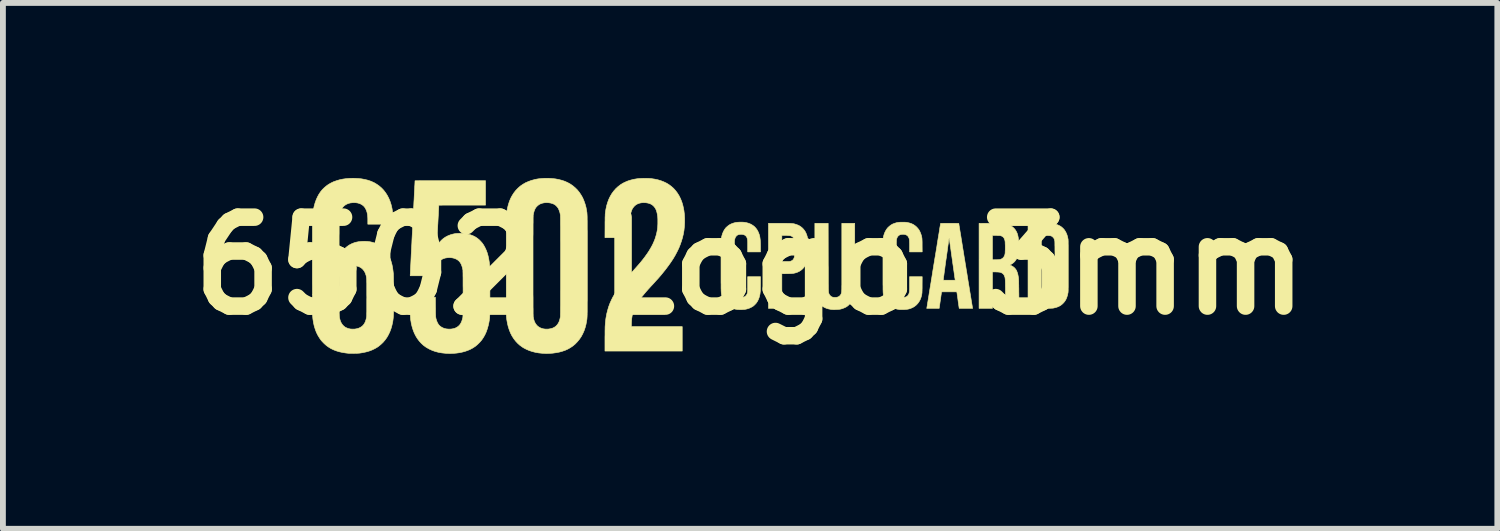
<source format=kicad_pcb>
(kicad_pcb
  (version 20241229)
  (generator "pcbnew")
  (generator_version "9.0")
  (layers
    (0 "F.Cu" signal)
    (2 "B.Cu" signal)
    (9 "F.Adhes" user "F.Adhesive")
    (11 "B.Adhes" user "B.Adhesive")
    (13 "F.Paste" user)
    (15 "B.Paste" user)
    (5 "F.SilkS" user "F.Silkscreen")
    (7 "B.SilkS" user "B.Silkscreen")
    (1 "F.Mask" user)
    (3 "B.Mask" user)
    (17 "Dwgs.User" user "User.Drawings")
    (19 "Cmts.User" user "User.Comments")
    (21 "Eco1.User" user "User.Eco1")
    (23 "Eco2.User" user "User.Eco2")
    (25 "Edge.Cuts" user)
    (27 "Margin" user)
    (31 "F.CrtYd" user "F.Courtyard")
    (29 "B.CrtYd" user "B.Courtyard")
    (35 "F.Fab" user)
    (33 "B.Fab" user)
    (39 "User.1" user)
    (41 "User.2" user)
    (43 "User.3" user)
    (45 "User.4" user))
  (footprint "6502 Logo 3mm"
    (layer "F.Cu")
    (at 9.804 1.506)
    (property "Reference" "6502 Logo 3mm" (at 0 0 0) (layer "F.SilkS") (effects (font (size 1.524 1.524) (thickness 0.3))))
    (attr through_hole)
    (fp_poly (pts (xy 0.504 -0.729) (xy 0.543 -0.729) (xy 0.578 -0.729) (xy 0.608 -0.729) (xy 0.635 -0.728) (xy 0.658 -0.728) (xy 0.678 -0.728) (xy 0.695 -0.727) (xy 0.71 -0.726) (xy 0.723 -0.725) (xy 0.735 -0.723) (xy 0.746 -0.722) (xy 0.756 -0.72) (xy 0.766 -0.717) (xy 0.776 -0.714) (xy 0.786 -0.711) (xy 0.792 -0.709) (xy 0.827 -0.696) (xy 0.859 -0.678) (xy 0.888 -0.656) (xy 0.913 -0.631) (xy 0.936 -0.602) (xy 0.954 -0.57) (xy 0.966 -0.542) (xy 0.972 -0.526) (xy 0.976 -0.511) (xy 0.981 -0.495) (xy 0.984 -0.479) (xy 0.987 -0.462) (xy 0.989 -0.443) (xy 0.991 -0.422) (xy 0.992 -0.398) (xy 0.993 -0.372) (xy 0.993 -0.341) (xy 0.993 -0.305) (xy 0.993 -0.298) (xy 0.993 -0.264) (xy 0.993 -0.234) (xy 0.992 -0.208) (xy 0.991 -0.186) (xy 0.99 -0.166) (xy 0.989 -0.149) (xy 0.987 -0.133) (xy 0.984 -0.118) (xy 0.981 -0.104) (xy 0.978 -0.09) (xy 0.976 -0.082) (xy 0.963 -0.045) (xy 0.946 -0.01) (xy 0.926 0.021) (xy 0.903 0.048) (xy 0.876 0.072) (xy 0.846 0.092) (xy 0.813 0.108) (xy 0.787 0.117) (xy 0.774 0.121) (xy 0.761 0.124) (xy 0.749 0.127) (xy 0.738 0.129) (xy 0.725 0.13) (xy 0.711 0.132) (xy 0.694 0.132) (xy 0.674 0.133) (xy 0.651 0.134) (xy 0.632 0.134) (xy 0.544 0.135) (xy 0.544 0.729) (xy 0.315 0.729) (xy 0.315 -0.521) (xy 0.544 -0.521) (xy 0.544 -0.074) (xy 0.609 -0.074) (xy 0.633 -0.074) (xy 0.652 -0.074) (xy 0.667 -0.075) (xy 0.678 -0.076) (xy 0.685 -0.077) (xy 0.687 -0.077) (xy 0.708 -0.085) (xy 0.725 -0.095) (xy 0.739 -0.108) (xy 0.749 -0.125) (xy 0.757 -0.146) (xy 0.761 -0.167) (xy 0.762 -0.177) (xy 0.763 -0.192) (xy 0.764 -0.21) (xy 0.764 -0.231) (xy 0.765 -0.255) (xy 0.765 -0.279) (xy 0.765 -0.304) (xy 0.765 -0.329) (xy 0.764 -0.353) (xy 0.764 -0.375) (xy 0.763 -0.395) (xy 0.762 -0.411) (xy 0.761 -0.424) (xy 0.761 -0.428) (xy 0.756 -0.451) (xy 0.749 -0.471) (xy 0.739 -0.486) (xy 0.726 -0.499) (xy 0.711 -0.508) (xy 0.703 -0.512) (xy 0.695 -0.515) (xy 0.687 -0.517) (xy 0.677 -0.518) (xy 0.665 -0.52) (xy 0.65 -0.52) (xy 0.632 -0.521) (xy 0.609 -0.521) (xy 0.544 -0.521) (xy 0.315 -0.521) (xy 0.315 -0.729) (xy 0.504 -0.729)) (stroke (width 0.01) (type solid)) (fill yes) (layer "F.SilkS"))
    (fp_poly (pts (xy 1.339 -0.147) (xy 1.339 -0.082) (xy 1.339 -0.021) (xy 1.34 0.034) (xy 1.34 0.085) (xy 1.34 0.132) (xy 1.34 0.174) (xy 1.34 0.213) (xy 1.34 0.248) (xy 1.34 0.28) (xy 1.34 0.308) (xy 1.341 0.333) (xy 1.341 0.356) (xy 1.341 0.375) (xy 1.341 0.392) (xy 1.342 0.407) (xy 1.342 0.42) (xy 1.343 0.431) (xy 1.343 0.44) (xy 1.344 0.448) (xy 1.345 0.454) (xy 1.346 0.46) (xy 1.347 0.464) (xy 1.348 0.468) (xy 1.349 0.471) (xy 1.35 0.474) (xy 1.352 0.477) (xy 1.353 0.48) (xy 1.355 0.484) (xy 1.355 0.486) (xy 1.362 0.497) (xy 1.372 0.509) (xy 1.383 0.52) (xy 1.394 0.528) (xy 1.396 0.529) (xy 1.413 0.536) (xy 1.434 0.54) (xy 1.456 0.541) (xy 1.478 0.54) (xy 1.499 0.535) (xy 1.515 0.529) (xy 1.527 0.522) (xy 1.539 0.511) (xy 1.55 0.498) (xy 1.558 0.485) (xy 1.559 0.481) (xy 1.561 0.478) (xy 1.562 0.474) (xy 1.563 0.471) (xy 1.564 0.468) (xy 1.565 0.464) (xy 1.566 0.46) (xy 1.567 0.455) (xy 1.568 0.449) (xy 1.569 0.442) (xy 1.569 0.434) (xy 1.57 0.424) (xy 1.57 0.413) (xy 1.571 0.399) (xy 1.571 0.384) (xy 1.571 0.366) (xy 1.571 0.346) (xy 1.572 0.322) (xy 1.572 0.296) (xy 1.572 0.267) (xy 1.572 0.235) (xy 1.572 0.199) (xy 1.572 0.159) (xy 1.572 0.116) (xy 1.572 0.068) (xy 1.572 0.016) (xy 1.572 -0.041) (xy 1.572 -0.102) (xy 1.572 -0.729) (xy 1.793 -0.729) (xy 1.793 -0.154) (xy 1.793 -0.079) (xy 1.793 -0.009) (xy 1.793 0.056) (xy 1.793 0.115) (xy 1.793 0.17) (xy 1.793 0.22) (xy 1.793 0.264) (xy 1.792 0.304) (xy 1.792 0.339) (xy 1.792 0.369) (xy 1.792 0.394) (xy 1.792 0.415) (xy 1.791 0.43) (xy 1.791 0.441) (xy 1.791 0.446) (xy 1.791 0.447) (xy 1.784 0.49) (xy 1.774 0.531) (xy 1.761 0.569) (xy 1.744 0.603) (xy 1.732 0.623) (xy 1.722 0.636) (xy 1.71 0.65) (xy 1.696 0.664) (xy 1.683 0.677) (xy 1.671 0.687) (xy 1.648 0.703) (xy 1.62 0.717) (xy 1.59 0.729) (xy 1.558 0.739) (xy 1.545 0.742) (xy 1.531 0.744) (xy 1.514 0.746) (xy 1.493 0.747) (xy 1.471 0.748) (xy 1.449 0.749) (xy 1.427 0.749) (xy 1.407 0.748) (xy 1.39 0.747) (xy 1.381 0.745) (xy 1.339 0.737) (xy 1.302 0.725) (xy 1.268 0.709) (xy 1.238 0.691) (xy 1.211 0.668) (xy 1.187 0.642) (xy 1.166 0.612) (xy 1.154 0.59) (xy 1.141 0.563) (xy 1.132 0.537) (xy 1.124 0.509) (xy 1.118 0.479) (xy 1.114 0.446) (xy 1.113 0.429) (xy 1.112 0.422) (xy 1.112 0.411) (xy 1.112 0.394) (xy 1.111 0.372) (xy 1.111 0.346) (xy 1.111 0.315) (xy 1.111 0.28) (xy 1.111 0.24) (xy 1.11 0.196) (xy 1.11 0.147) (xy 1.11 0.094) (xy 1.11 0.037) (xy 1.11 -0.023) (xy 1.11 -0.088) (xy 1.11 -0.157) (xy 1.11 -0.167) (xy 1.11 -0.729) (xy 1.338 -0.729) (xy 1.339 -0.147)) (stroke (width 0.01) (type solid)) (fill yes) (layer "F.SilkS"))
    (fp_poly (pts (xy 4.97 -0.728) (xy 5.009 -0.728) (xy 5.042 -0.728) (xy 5.072 -0.728) (xy 5.097 -0.728) (xy 5.119 -0.727) (xy 5.138 -0.727) (xy 5.154 -0.726) (xy 5.168 -0.726) (xy 5.18 -0.725) (xy 5.19 -0.724) (xy 5.199 -0.723) (xy 5.207 -0.722) (xy 5.214 -0.72) (xy 5.222 -0.718) (xy 5.23 -0.716) (xy 5.239 -0.714) (xy 5.244 -0.712) (xy 5.263 -0.706) (xy 5.283 -0.697) (xy 5.304 -0.687) (xy 5.322 -0.677) (xy 5.334 -0.668) (xy 5.36 -0.646) (xy 5.382 -0.622) (xy 5.401 -0.594) (xy 5.417 -0.564) (xy 5.431 -0.53) (xy 5.442 -0.491) (xy 5.447 -0.465) (xy 5.448 -0.462) (xy 5.449 -0.458) (xy 5.449 -0.454) (xy 5.45 -0.449) (xy 5.45 -0.443) (xy 5.45 -0.436) (xy 5.451 -0.428) (xy 5.451 -0.418) (xy 5.451 -0.406) (xy 5.451 -0.392) (xy 5.451 -0.375) (xy 5.452 -0.356) (xy 5.452 -0.334) (xy 5.452 -0.309) (xy 5.452 -0.28) (xy 5.452 -0.248) (xy 5.452 -0.212) (xy 5.452 -0.172) (xy 5.452 -0.128) (xy 5.452 -0.079) (xy 5.452 -0.026) (xy 5.452 0) (xy 5.452 0.056) (xy 5.452 0.106) (xy 5.452 0.153) (xy 5.452 0.194) (xy 5.452 0.232) (xy 5.452 0.266) (xy 5.452 0.296) (xy 5.452 0.323) (xy 5.452 0.346) (xy 5.452 0.367) (xy 5.451 0.384) (xy 5.451 0.4) (xy 5.451 0.413) (xy 5.451 0.424) (xy 5.45 0.433) (xy 5.45 0.44) (xy 5.45 0.447) (xy 5.449 0.452) (xy 5.449 0.456) (xy 5.448 0.46) (xy 5.448 0.463) (xy 5.447 0.465) (xy 5.439 0.503) (xy 5.428 0.538) (xy 5.416 0.568) (xy 5.401 0.595) (xy 5.383 0.62) (xy 5.367 0.638) (xy 5.344 0.66) (xy 5.319 0.679) (xy 5.291 0.694) (xy 5.26 0.707) (xy 5.225 0.717) (xy 5.199 0.723) (xy 5.195 0.724) (xy 5.19 0.724) (xy 5.184 0.725) (xy 5.176 0.726) (xy 5.167 0.726) (xy 5.156 0.726) (xy 5.142 0.727) (xy 5.126 0.727) (xy 5.106 0.727) (xy 5.083 0.728) (xy 5.056 0.728) (xy 5.025 0.728) (xy 4.989 0.728) (xy 4.97 0.728) (xy 4.763 0.729) (xy 4.763 0.521) (xy 4.991 0.521) (xy 5.065 0.52) (xy 5.088 0.52) (xy 5.106 0.519) (xy 5.12 0.519) (xy 5.131 0.518) (xy 5.14 0.518) (xy 5.146 0.517) (xy 5.151 0.515) (xy 5.153 0.515) (xy 5.172 0.506) (xy 5.189 0.494) (xy 5.202 0.478) (xy 5.212 0.458) (xy 5.219 0.434) (xy 5.221 0.426) (xy 5.222 0.421) (xy 5.222 0.411) (xy 5.223 0.396) (xy 5.223 0.378) (xy 5.223 0.356) (xy 5.224 0.33) (xy 5.224 0.302) (xy 5.224 0.271) (xy 5.225 0.237) (xy 5.225 0.201) (xy 5.225 0.164) (xy 5.225 0.125) (xy 5.225 0.085) (xy 5.225 0.045) (xy 5.225 0.004) (xy 5.225 -0.037) (xy 5.225 -0.078) (xy 5.225 -0.118) (xy 5.225 -0.157) (xy 5.225 -0.195) (xy 5.225 -0.231) (xy 5.224 -0.265) (xy 5.224 -0.297) (xy 5.224 -0.326) (xy 5.223 -0.352) (xy 5.223 -0.374) (xy 5.223 -0.394) (xy 5.222 -0.409) (xy 5.222 -0.419) (xy 5.221 -0.425) (xy 5.221 -0.426) (xy 5.216 -0.449) (xy 5.208 -0.469) (xy 5.197 -0.484) (xy 5.184 -0.497) (xy 5.178 -0.502) (xy 5.171 -0.507) (xy 5.165 -0.51) (xy 5.158 -0.513) (xy 5.15 -0.515) (xy 5.141 -0.517) (xy 5.13 -0.518) (xy 5.115 -0.519) (xy 5.098 -0.52) (xy 5.076 -0.52) (xy 5.065 -0.52) (xy 4.991 -0.521) (xy 4.991 0.521) (xy 4.763 0.521) (xy 4.763 -0.729) (xy 4.97 -0.728)) (stroke (width 0.01) (type solid)) (fill yes) (layer "F.SilkS"))
    (fp_poly (pts (xy 4.129 -0.728) (xy 4.167 -0.728) (xy 4.199 -0.728) (xy 4.227 -0.728) (xy 4.252 -0.728) (xy 4.272 -0.727) (xy 4.29 -0.727) (xy 4.304 -0.727) (xy 4.316 -0.726) (xy 4.326 -0.726) (xy 4.335 -0.726) (xy 4.342 -0.725) (xy 4.348 -0.724) (xy 4.353 -0.724) (xy 4.358 -0.723) (xy 4.362 -0.722) (xy 4.402 -0.712) (xy 4.438 -0.7) (xy 4.47 -0.685) (xy 4.499 -0.666) (xy 4.523 -0.644) (xy 4.544 -0.619) (xy 4.562 -0.59) (xy 4.577 -0.557) (xy 4.588 -0.521) (xy 4.596 -0.48) (xy 4.6 -0.449) (xy 4.601 -0.435) (xy 4.601 -0.418) (xy 4.602 -0.397) (xy 4.602 -0.374) (xy 4.602 -0.351) (xy 4.602 -0.327) (xy 4.602 -0.304) (xy 4.601 -0.283) (xy 4.6 -0.265) (xy 4.6 -0.257) (xy 4.595 -0.215) (xy 4.586 -0.176) (xy 4.575 -0.141) (xy 4.56 -0.11) (xy 4.541 -0.083) (xy 4.519 -0.059) (xy 4.494 -0.039) (xy 4.474 -0.027) (xy 4.464 -0.022) (xy 4.457 -0.018) (xy 4.453 -0.015) (xy 4.453 -0.014) (xy 4.455 -0.012) (xy 4.458 -0.011) (xy 4.463 -0.009) (xy 4.471 -0.006) (xy 4.481 -0.001) (xy 4.487 0.002) (xy 4.508 0.015) (xy 4.529 0.032) (xy 4.546 0.051) (xy 4.561 0.072) (xy 4.564 0.077) (xy 4.574 0.101) (xy 4.583 0.126) (xy 4.59 0.154) (xy 4.596 0.186) (xy 4.599 0.203) (xy 4.6 0.21) (xy 4.6 0.218) (xy 4.601 0.227) (xy 4.602 0.238) (xy 4.602 0.251) (xy 4.603 0.266) (xy 4.603 0.285) (xy 4.603 0.306) (xy 4.604 0.331) (xy 4.604 0.36) (xy 4.605 0.393) (xy 4.605 0.431) (xy 4.605 0.443) (xy 4.606 0.486) (xy 4.606 0.525) (xy 4.607 0.559) (xy 4.607 0.589) (xy 4.608 0.614) (xy 4.608 0.635) (xy 4.609 0.65) (xy 4.609 0.661) (xy 4.61 0.667) (xy 4.612 0.676) (xy 4.616 0.689) (xy 4.619 0.701) (xy 4.62 0.704) (xy 4.624 0.714) (xy 4.626 0.722) (xy 4.628 0.727) (xy 4.628 0.728) (xy 4.625 0.728) (xy 4.618 0.728) (xy 4.607 0.728) (xy 4.593 0.729) (xy 4.575 0.729) (xy 4.555 0.729) (xy 4.532 0.728) (xy 4.512 0.728) (xy 4.396 0.728) (xy 4.392 0.718) (xy 4.39 0.71) (xy 4.387 0.7) (xy 4.384 0.689) (xy 4.384 0.686) (xy 4.383 0.682) (xy 4.382 0.678) (xy 4.381 0.673) (xy 4.38 0.668) (xy 4.38 0.661) (xy 4.379 0.653) (xy 4.379 0.643) (xy 4.379 0.631) (xy 4.378 0.616) (xy 4.378 0.598) (xy 4.378 0.577) (xy 4.377 0.552) (xy 4.377 0.523) (xy 4.377 0.49) (xy 4.376 0.452) (xy 4.376 0.451) (xy 4.376 0.411) (xy 4.376 0.376) (xy 4.375 0.345) (xy 4.375 0.318) (xy 4.375 0.295) (xy 4.374 0.275) (xy 4.374 0.258) (xy 4.373 0.244) (xy 4.372 0.232) (xy 4.371 0.222) (xy 4.37 0.213) (xy 4.369 0.206) (xy 4.368 0.199) (xy 4.366 0.193) (xy 4.364 0.187) (xy 4.362 0.181) (xy 4.353 0.16) (xy 4.341 0.142) (xy 4.326 0.129) (xy 4.309 0.119) (xy 4.297 0.114) (xy 4.285 0.11) (xy 4.271 0.108) (xy 4.254 0.106) (xy 4.234 0.105) (xy 4.21 0.104) (xy 4.203 0.104) (xy 4.153 0.104) (xy 4.153 0.729) (xy 3.924 0.729) (xy 3.924 -0.521) (xy 4.153 -0.521) (xy 4.153 -0.104) (xy 4.212 -0.105) (xy 4.234 -0.105) (xy 4.252 -0.106) (xy 4.265 -0.107) (xy 4.276 -0.108) (xy 4.284 -0.11) (xy 4.286 -0.11) (xy 4.309 -0.119) (xy 4.328 -0.131) (xy 4.344 -0.147) (xy 4.356 -0.166) (xy 4.365 -0.19) (xy 4.368 -0.201) (xy 4.369 -0.21) (xy 4.371 -0.223) (xy 4.371 -0.239) (xy 4.372 -0.259) (xy 4.373 -0.28) (xy 4.373 -0.303) (xy 4.373 -0.326) (xy 4.373 -0.349) (xy 4.372 -0.37) (xy 4.371 -0.39) (xy 4.371 -0.407) (xy 4.369 -0.421) (xy 4.368 -0.43) (xy 4.368 -0.43) (xy 4.361 -0.455) (xy 4.351 -0.476) (xy 4.338 -0.493) (xy 4.322 -0.505) (xy 4.303 -0.514) (xy 4.288 -0.518) (xy 4.281 -0.519) (xy 4.271 -0.52) (xy 4.257 -0.52) (xy 4.241 -0.52) (xy 4.223 -0.521) (xy 4.214 -0.521) (xy 4.153 -0.521) (xy 3.924 -0.521) (xy 3.924 -0.729) (xy 4.129 -0.728)) (stroke (width 0.01) (type solid)) (fill yes) (layer "F.SilkS"))
    (fp_poly (pts (xy -1.765 -1.499) (xy -1.739 -1.499) (xy -1.715 -1.497) (xy -1.695 -1.496) (xy -1.692 -1.495) (xy -1.632 -1.486) (xy -1.577 -1.474) (xy -1.525 -1.458) (xy -1.477 -1.439) (xy -1.431 -1.417) (xy -1.389 -1.391) (xy -1.349 -1.361) (xy -1.312 -1.328) (xy -1.309 -1.325) (xy -1.275 -1.287) (xy -1.244 -1.245) (xy -1.216 -1.2) (xy -1.192 -1.151) (xy -1.171 -1.099) (xy -1.154 -1.044) (xy -1.141 -0.986) (xy -1.134 -0.949) (xy -1.126 -0.883) (xy -1.122 -0.816) (xy -1.122 -0.748) (xy -1.125 -0.682) (xy -1.132 -0.617) (xy -1.133 -0.607) (xy -1.144 -0.545) (xy -1.158 -0.485) (xy -1.176 -0.425) (xy -1.197 -0.365) (xy -1.221 -0.305) (xy -1.25 -0.245) (xy -1.282 -0.184) (xy -1.318 -0.123) (xy -1.359 -0.061) (xy -1.404 0.002) (xy -1.453 0.067) (xy -1.506 0.133) (xy -1.529 0.161) (xy -1.554 0.19) (xy -1.58 0.22) (xy -1.609 0.251) (xy -1.64 0.286) (xy -1.67 0.319) (xy -1.693 0.343) (xy -1.713 0.365) (xy -1.73 0.384) (xy -1.745 0.4) (xy -1.758 0.415) (xy -1.77 0.429) (xy -1.782 0.442) (xy -1.792 0.454) (xy -1.803 0.467) (xy -1.814 0.48) (xy -1.85 0.523) (xy -1.881 0.564) (xy -1.909 0.603) (xy -1.933 0.64) (xy -1.954 0.675) (xy -1.972 0.71) (xy -1.987 0.744) (xy -2 0.778) (xy -2.009 0.806) (xy -2.016 0.831) (xy -2.021 0.855) (xy -2.025 0.88) (xy -2.029 0.905) (xy -2.031 0.933) (xy -2.033 0.964) (xy -2.034 0.985) (xy -2.035 1.041) (xy -1.163 1.041) (xy -1.163 1.46) (xy -2.487 1.46) (xy -2.487 1.265) (xy -2.487 1.22) (xy -2.486 1.18) (xy -2.486 1.144) (xy -2.486 1.112) (xy -2.485 1.083) (xy -2.485 1.057) (xy -2.484 1.033) (xy -2.482 1.011) (xy -2.481 0.991) (xy -2.479 0.971) (xy -2.477 0.952) (xy -2.475 0.934) (xy -2.473 0.915) (xy -2.47 0.895) (xy -2.469 0.889) (xy -2.457 0.823) (xy -2.441 0.76) (xy -2.423 0.699) (xy -2.401 0.64) (xy -2.375 0.582) (xy -2.346 0.525) (xy -2.311 0.467) (xy -2.29 0.433) (xy -2.268 0.4) (xy -2.245 0.368) (xy -2.221 0.335) (xy -2.195 0.303) (xy -2.168 0.269) (xy -2.138 0.234) (xy -2.106 0.197) (xy -2.071 0.157) (xy -2.032 0.116) (xy -1.98 0.058) (xy -1.931 0.003) (xy -1.886 -0.049) (xy -1.845 -0.099) (xy -1.808 -0.147) (xy -1.774 -0.194) (xy -1.743 -0.239) (xy -1.716 -0.283) (xy -1.691 -0.326) (xy -1.669 -0.368) (xy -1.65 -0.41) (xy -1.633 -0.451) (xy -1.619 -0.493) (xy -1.607 -0.535) (xy -1.597 -0.577) (xy -1.589 -0.62) (xy -1.586 -0.645) (xy -1.584 -0.66) (xy -1.583 -0.679) (xy -1.582 -0.7) (xy -1.581 -0.723) (xy -1.581 -0.748) (xy -1.581 -0.772) (xy -1.581 -0.796) (xy -1.582 -0.817) (xy -1.583 -0.836) (xy -1.584 -0.85) (xy -1.585 -0.853) (xy -1.591 -0.892) (xy -1.599 -0.926) (xy -1.609 -0.956) (xy -1.621 -0.982) (xy -1.636 -1.004) (xy -1.653 -1.024) (xy -1.672 -1.041) (xy -1.683 -1.049) (xy -1.707 -1.062) (xy -1.735 -1.072) (xy -1.765 -1.079) (xy -1.797 -1.083) (xy -1.829 -1.084) (xy -1.862 -1.081) (xy -1.893 -1.075) (xy -1.899 -1.073) (xy -1.929 -1.062) (xy -1.956 -1.047) (xy -1.98 -1.027) (xy -2 -1.004) (xy -2.018 -0.978) (xy -2.031 -0.948) (xy -2.034 -0.939) (xy -2.038 -0.927) (xy -2.041 -0.916) (xy -2.044 -0.904) (xy -2.046 -0.892) (xy -2.048 -0.878) (xy -2.05 -0.863) (xy -2.051 -0.847) (xy -2.052 -0.827) (xy -2.053 -0.805) (xy -2.054 -0.78) (xy -2.054 -0.751) (xy -2.055 -0.719) (xy -2.055 -0.682) (xy -2.055 -0.648) (xy -2.055 -0.483) (xy -2.271 -0.483) (xy -2.487 -0.483) (xy -2.486 -0.676) (xy -2.486 -0.715) (xy -2.486 -0.749) (xy -2.485 -0.779) (xy -2.485 -0.805) (xy -2.485 -0.827) (xy -2.484 -0.847) (xy -2.483 -0.865) (xy -2.483 -0.88) (xy -2.482 -0.894) (xy -2.48 -0.907) (xy -2.479 -0.919) (xy -2.477 -0.932) (xy -2.475 -0.944) (xy -2.473 -0.957) (xy -2.471 -0.971) (xy -2.47 -0.975) (xy -2.457 -1.035) (xy -2.44 -1.091) (xy -2.42 -1.144) (xy -2.396 -1.193) (xy -2.368 -1.24) (xy -2.337 -1.282) (xy -2.302 -1.322) (xy -2.264 -1.357) (xy -2.223 -1.389) (xy -2.18 -1.416) (xy -2.139 -1.436) (xy -2.094 -1.455) (xy -2.046 -1.47) (xy -1.995 -1.483) (xy -1.941 -1.492) (xy -1.918 -1.495) (xy -1.898 -1.497) (xy -1.875 -1.498) (xy -1.849 -1.499) (xy -1.821 -1.5) (xy -1.793 -1.5) (xy -1.765 -1.499)) (stroke (width 0.01) (type solid)) (fill yes) (layer "F.SilkS"))
    (fp_poly (pts (xy -0.135 -0.749) (xy -0.117 -0.748) (xy -0.102 -0.747) (xy -0.061 -0.74) (xy -0.022 -0.729) (xy 0.013 -0.714) (xy 0.045 -0.695) (xy 0.074 -0.673) (xy 0.099 -0.646) (xy 0.121 -0.616) (xy 0.139 -0.582) (xy 0.154 -0.545) (xy 0.154 -0.544) (xy 0.16 -0.527) (xy 0.165 -0.508) (xy 0.168 -0.489) (xy 0.171 -0.468) (xy 0.174 -0.445) (xy 0.176 -0.418) (xy 0.177 -0.389) (xy 0.178 -0.355) (xy 0.178 -0.317) (xy 0.178 -0.316) (xy 0.178 -0.239) (xy -0.041 -0.239) (xy -0.041 -0.336) (xy -0.041 -0.364) (xy -0.041 -0.388) (xy -0.041 -0.41) (xy -0.042 -0.427) (xy -0.043 -0.44) (xy -0.043 -0.448) (xy -0.044 -0.449) (xy -0.05 -0.474) (xy -0.059 -0.495) (xy -0.072 -0.512) (xy -0.088 -0.525) (xy -0.108 -0.534) (xy -0.13 -0.539) (xy -0.154 -0.541) (xy -0.18 -0.539) (xy -0.202 -0.534) (xy -0.221 -0.525) (xy -0.236 -0.511) (xy -0.249 -0.495) (xy -0.258 -0.474) (xy -0.265 -0.449) (xy -0.267 -0.432) (xy -0.267 -0.426) (xy -0.268 -0.414) (xy -0.268 -0.398) (xy -0.268 -0.377) (xy -0.268 -0.351) (xy -0.269 -0.32) (xy -0.269 -0.284) (xy -0.269 -0.243) (xy -0.269 -0.197) (xy -0.269 -0.147) (xy -0.269 -0.092) (xy -0.269 -0.033) (xy -0.269 0.018) (xy -0.269 0.073) (xy -0.268 0.123) (xy -0.268 0.169) (xy -0.268 0.21) (xy -0.268 0.247) (xy -0.268 0.281) (xy -0.268 0.31) (xy -0.268 0.337) (xy -0.267 0.36) (xy -0.267 0.38) (xy -0.267 0.397) (xy -0.266 0.412) (xy -0.266 0.425) (xy -0.265 0.436) (xy -0.265 0.445) (xy -0.264 0.452) (xy -0.263 0.458) (xy -0.262 0.463) (xy -0.261 0.468) (xy -0.26 0.471) (xy -0.259 0.475) (xy -0.258 0.478) (xy -0.256 0.482) (xy -0.254 0.486) (xy -0.254 0.486) (xy -0.248 0.497) (xy -0.238 0.51) (xy -0.227 0.52) (xy -0.219 0.526) (xy -0.203 0.534) (xy -0.183 0.539) (xy -0.161 0.541) (xy -0.139 0.54) (xy -0.118 0.537) (xy -0.099 0.531) (xy -0.095 0.529) (xy -0.084 0.522) (xy -0.072 0.511) (xy -0.062 0.499) (xy -0.055 0.487) (xy -0.054 0.486) (xy -0.051 0.479) (xy -0.049 0.473) (xy -0.047 0.466) (xy -0.045 0.458) (xy -0.044 0.45) (xy -0.043 0.439) (xy -0.042 0.427) (xy -0.041 0.412) (xy -0.041 0.394) (xy -0.041 0.372) (xy -0.041 0.346) (xy -0.041 0.316) (xy -0.041 0.311) (xy -0.041 0.185) (xy 0.178 0.185) (xy 0.178 0.289) (xy 0.178 0.326) (xy 0.177 0.359) (xy 0.177 0.387) (xy 0.176 0.412) (xy 0.175 0.434) (xy 0.173 0.453) (xy 0.171 0.47) (xy 0.169 0.485) (xy 0.167 0.495) (xy 0.157 0.536) (xy 0.143 0.574) (xy 0.126 0.608) (xy 0.105 0.639) (xy 0.08 0.666) (xy 0.053 0.69) (xy 0.021 0.709) (xy -0.013 0.725) (xy -0.05 0.737) (xy -0.053 0.738) (xy -0.067 0.741) (xy -0.082 0.744) (xy -0.096 0.746) (xy -0.099 0.747) (xy -0.109 0.747) (xy -0.122 0.748) (xy -0.138 0.749) (xy -0.156 0.749) (xy -0.173 0.749) (xy -0.19 0.749) (xy -0.204 0.748) (xy -0.214 0.748) (xy -0.216 0.748) (xy -0.257 0.741) (xy -0.296 0.73) (xy -0.331 0.715) (xy -0.364 0.697) (xy -0.393 0.674) (xy -0.418 0.648) (xy -0.441 0.618) (xy -0.459 0.584) (xy -0.475 0.547) (xy -0.484 0.514) (xy -0.486 0.507) (xy -0.487 0.501) (xy -0.489 0.494) (xy -0.49 0.488) (xy -0.491 0.481) (xy -0.492 0.474) (xy -0.493 0.466) (xy -0.494 0.456) (xy -0.495 0.446) (xy -0.495 0.434) (xy -0.496 0.42) (xy -0.496 0.404) (xy -0.497 0.385) (xy -0.497 0.365) (xy -0.497 0.341) (xy -0.497 0.315) (xy -0.498 0.285) (xy -0.498 0.251) (xy -0.498 0.214) (xy -0.498 0.173) (xy -0.498 0.128) (xy -0.498 0.078) (xy -0.498 0.023) (xy -0.498 -0.057) (xy -0.498 -0.108) (xy -0.498 -0.155) (xy -0.498 -0.198) (xy -0.498 -0.237) (xy -0.498 -0.272) (xy -0.497 -0.303) (xy -0.497 -0.331) (xy -0.497 -0.356) (xy -0.497 -0.378) (xy -0.496 -0.397) (xy -0.496 -0.414) (xy -0.496 -0.428) (xy -0.495 -0.441) (xy -0.494 -0.452) (xy -0.493 -0.462) (xy -0.493 -0.471) (xy -0.492 -0.478) (xy -0.49 -0.485) (xy -0.489 -0.492) (xy -0.488 -0.498) (xy -0.486 -0.505) (xy -0.485 -0.512) (xy -0.484 -0.514) (xy -0.472 -0.554) (xy -0.456 -0.591) (xy -0.437 -0.624) (xy -0.415 -0.653) (xy -0.388 -0.678) (xy -0.359 -0.7) (xy -0.326 -0.718) (xy -0.289 -0.732) (xy -0.249 -0.743) (xy -0.246 -0.743) (xy -0.233 -0.745) (xy -0.217 -0.747) (xy -0.197 -0.748) (xy -0.176 -0.749) (xy -0.155 -0.749) (xy -0.135 -0.749)) (stroke (width 0.01) (type solid)) (fill yes) (layer "F.SilkS"))
    (fp_poly (pts (xy 2.625 -0.748) (xy 2.647 -0.748) (xy 2.668 -0.747) (xy 2.685 -0.745) (xy 2.696 -0.743) (xy 2.734 -0.734) (xy 2.767 -0.723) (xy 2.798 -0.708) (xy 2.826 -0.689) (xy 2.851 -0.668) (xy 2.874 -0.643) (xy 2.894 -0.617) (xy 2.91 -0.587) (xy 2.924 -0.554) (xy 2.936 -0.518) (xy 2.942 -0.491) (xy 2.943 -0.484) (xy 2.944 -0.478) (xy 2.945 -0.471) (xy 2.946 -0.463) (xy 2.946 -0.454) (xy 2.947 -0.442) (xy 2.947 -0.429) (xy 2.948 -0.412) (xy 2.948 -0.391) (xy 2.948 -0.367) (xy 2.948 -0.351) (xy 2.949 -0.239) (xy 2.733 -0.239) (xy 2.733 -0.335) (xy 2.733 -0.363) (xy 2.733 -0.387) (xy 2.732 -0.407) (xy 2.732 -0.423) (xy 2.731 -0.437) (xy 2.73 -0.448) (xy 2.728 -0.458) (xy 2.726 -0.467) (xy 2.723 -0.475) (xy 2.72 -0.483) (xy 2.718 -0.485) (xy 2.708 -0.504) (xy 2.694 -0.519) (xy 2.676 -0.53) (xy 2.656 -0.537) (xy 2.632 -0.541) (xy 2.619 -0.541) (xy 2.593 -0.539) (xy 2.571 -0.534) (xy 2.552 -0.524) (xy 2.537 -0.511) (xy 2.524 -0.494) (xy 2.515 -0.473) (xy 2.508 -0.448) (xy 2.508 -0.447) (xy 2.508 -0.442) (xy 2.507 -0.432) (xy 2.507 -0.417) (xy 2.506 -0.399) (xy 2.506 -0.377) (xy 2.506 -0.351) (xy 2.505 -0.322) (xy 2.505 -0.291) (xy 2.505 -0.257) (xy 2.505 -0.221) (xy 2.505 -0.183) (xy 2.504 -0.143) (xy 2.504 -0.103) (xy 2.504 -0.061) (xy 2.504 -0.019) (xy 2.504 0.023) (xy 2.504 0.065) (xy 2.504 0.106) (xy 2.504 0.147) (xy 2.505 0.186) (xy 2.505 0.224) (xy 2.505 0.26) (xy 2.505 0.294) (xy 2.505 0.326) (xy 2.506 0.354) (xy 2.506 0.38) (xy 2.506 0.402) (xy 2.507 0.42) (xy 2.507 0.435) (xy 2.508 0.445) (xy 2.508 0.45) (xy 2.513 0.469) (xy 2.52 0.487) (xy 2.529 0.503) (xy 2.531 0.507) (xy 2.544 0.52) (xy 2.561 0.53) (xy 2.581 0.537) (xy 2.604 0.54) (xy 2.619 0.541) (xy 2.645 0.539) (xy 2.667 0.534) (xy 2.686 0.525) (xy 2.701 0.512) (xy 2.714 0.495) (xy 2.723 0.474) (xy 2.729 0.453) (xy 2.73 0.447) (xy 2.731 0.441) (xy 2.731 0.433) (xy 2.732 0.423) (xy 2.732 0.41) (xy 2.733 0.395) (xy 2.733 0.376) (xy 2.733 0.353) (xy 2.733 0.325) (xy 2.733 0.31) (xy 2.733 0.185) (xy 2.949 0.185) (xy 2.948 0.326) (xy 2.948 0.358) (xy 2.948 0.385) (xy 2.947 0.409) (xy 2.947 0.429) (xy 2.946 0.446) (xy 2.946 0.461) (xy 2.944 0.473) (xy 2.943 0.484) (xy 2.941 0.494) (xy 2.939 0.504) (xy 2.937 0.514) (xy 2.934 0.524) (xy 2.93 0.536) (xy 2.929 0.542) (xy 2.915 0.578) (xy 2.897 0.611) (xy 2.875 0.642) (xy 2.85 0.669) (xy 2.822 0.692) (xy 2.79 0.712) (xy 2.756 0.727) (xy 2.747 0.73) (xy 2.73 0.736) (xy 2.714 0.74) (xy 2.698 0.743) (xy 2.681 0.745) (xy 2.662 0.747) (xy 2.639 0.748) (xy 2.621 0.748) (xy 2.604 0.748) (xy 2.589 0.748) (xy 2.576 0.748) (xy 2.565 0.748) (xy 2.559 0.748) (xy 2.558 0.748) (xy 2.553 0.747) (xy 2.544 0.745) (xy 2.533 0.744) (xy 2.528 0.743) (xy 2.489 0.734) (xy 2.453 0.72) (xy 2.42 0.703) (xy 2.39 0.682) (xy 2.363 0.657) (xy 2.34 0.628) (xy 2.32 0.596) (xy 2.304 0.561) (xy 2.291 0.522) (xy 2.29 0.518) (xy 2.288 0.511) (xy 2.287 0.506) (xy 2.286 0.5) (xy 2.284 0.495) (xy 2.283 0.489) (xy 2.282 0.483) (xy 2.282 0.476) (xy 2.281 0.468) (xy 2.28 0.46) (xy 2.28 0.449) (xy 2.279 0.438) (xy 2.279 0.424) (xy 2.278 0.408) (xy 2.278 0.39) (xy 2.278 0.369) (xy 2.278 0.346) (xy 2.277 0.319) (xy 2.277 0.289) (xy 2.277 0.256) (xy 2.277 0.219) (xy 2.277 0.178) (xy 2.277 0.132) (xy 2.277 0.082) (xy 2.277 0.027) (xy 2.277 0) (xy 2.277 -0.057) (xy 2.277 -0.109) (xy 2.277 -0.157) (xy 2.277 -0.2) (xy 2.277 -0.239) (xy 2.277 -0.274) (xy 2.277 -0.306) (xy 2.277 -0.334) (xy 2.278 -0.359) (xy 2.278 -0.381) (xy 2.278 -0.4) (xy 2.278 -0.417) (xy 2.279 -0.431) (xy 2.279 -0.444) (xy 2.28 -0.455) (xy 2.28 -0.464) (xy 2.281 -0.473) (xy 2.282 -0.48) (xy 2.283 -0.486) (xy 2.284 -0.492) (xy 2.285 -0.498) (xy 2.286 -0.503) (xy 2.288 -0.509) (xy 2.289 -0.515) (xy 2.29 -0.518) (xy 2.302 -0.557) (xy 2.318 -0.592) (xy 2.337 -0.625) (xy 2.36 -0.654) (xy 2.362 -0.656) (xy 2.387 -0.679) (xy 2.413 -0.699) (xy 2.442 -0.716) (xy 2.475 -0.729) (xy 2.511 -0.74) (xy 2.529 -0.743) (xy 2.542 -0.745) (xy 2.56 -0.747) (xy 2.58 -0.748) (xy 2.602 -0.748) (xy 2.625 -0.748)) (stroke (width 0.01) (type solid)) (fill yes) (layer "F.SilkS"))
    (fp_poly (pts (xy 3.454 -0.729) (xy 3.482 -0.729) (xy 3.507 -0.729) (xy 3.527 -0.729) (xy 3.543 -0.728) (xy 3.555 -0.728) (xy 3.565 -0.728) (xy 3.571 -0.727) (xy 3.575 -0.727) (xy 3.576 -0.726) (xy 3.576 -0.726) (xy 3.577 -0.723) (xy 3.578 -0.716) (xy 3.58 -0.704) (xy 3.582 -0.687) (xy 3.586 -0.667) (xy 3.59 -0.643) (xy 3.594 -0.615) (xy 3.599 -0.584) (xy 3.605 -0.55) (xy 3.611 -0.513) (xy 3.617 -0.474) (xy 3.624 -0.432) (xy 3.631 -0.388) (xy 3.638 -0.342) (xy 3.646 -0.294) (xy 3.654 -0.245) (xy 3.662 -0.195) (xy 3.67 -0.144) (xy 3.679 -0.093) (xy 3.687 -0.041) (xy 3.696 0.011) (xy 3.704 0.064) (xy 3.713 0.115) (xy 3.721 0.167) (xy 3.729 0.217) (xy 3.737 0.267) (xy 3.745 0.315) (xy 3.753 0.362) (xy 3.76 0.407) (xy 3.767 0.45) (xy 3.774 0.49) (xy 3.78 0.529) (xy 3.786 0.564) (xy 3.791 0.597) (xy 3.796 0.626) (xy 3.8 0.652) (xy 3.804 0.674) (xy 3.807 0.692) (xy 3.809 0.707) (xy 3.811 0.716) (xy 3.811 0.721) (xy 3.812 0.722) (xy 3.813 0.729) (xy 3.584 0.729) (xy 3.583 0.723) (xy 3.582 0.72) (xy 3.581 0.712) (xy 3.579 0.7) (xy 3.577 0.685) (xy 3.574 0.667) (xy 3.572 0.647) (xy 3.568 0.626) (xy 3.565 0.603) (xy 3.562 0.58) (xy 3.559 0.557) (xy 3.556 0.535) (xy 3.553 0.514) (xy 3.55 0.495) (xy 3.548 0.479) (xy 3.546 0.465) (xy 3.544 0.455) (xy 3.543 0.449) (xy 3.543 0.447) (xy 3.541 0.446) (xy 3.534 0.446) (xy 3.522 0.445) (xy 3.505 0.445) (xy 3.483 0.445) (xy 3.456 0.445) (xy 3.425 0.445) (xy 3.413 0.445) (xy 3.384 0.445) (xy 3.359 0.445) (xy 3.339 0.445) (xy 3.323 0.445) (xy 3.31 0.445) (xy 3.3 0.445) (xy 3.292 0.446) (xy 3.287 0.446) (xy 3.284 0.447) (xy 3.282 0.447) (xy 3.281 0.448) (xy 3.281 0.449) (xy 3.281 0.452) (xy 3.279 0.46) (xy 3.277 0.472) (xy 3.275 0.488) (xy 3.272 0.506) (xy 3.269 0.528) (xy 3.266 0.551) (xy 3.262 0.576) (xy 3.26 0.591) (xy 3.24 0.729) (xy 3.027 0.729) (xy 3.029 0.721) (xy 3.029 0.717) (xy 3.031 0.709) (xy 3.033 0.696) (xy 3.036 0.679) (xy 3.039 0.657) (xy 3.043 0.633) (xy 3.048 0.604) (xy 3.053 0.572) (xy 3.059 0.538) (xy 3.065 0.5) (xy 3.071 0.46) (xy 3.078 0.418) (xy 3.085 0.374) (xy 3.093 0.327) (xy 3.101 0.28) (xy 3.107 0.242) (xy 3.31 0.242) (xy 3.31 0.243) (xy 3.311 0.244) (xy 3.313 0.245) (xy 3.317 0.245) (xy 3.324 0.246) (xy 3.333 0.246) (xy 3.345 0.246) (xy 3.361 0.246) (xy 3.38 0.246) (xy 3.404 0.246) (xy 3.413 0.246) (xy 3.515 0.246) (xy 3.514 0.241) (xy 3.514 0.238) (xy 3.513 0.23) (xy 3.511 0.217) (xy 3.508 0.201) (xy 3.505 0.18) (xy 3.502 0.156) (xy 3.498 0.129) (xy 3.494 0.099) (xy 3.489 0.066) (xy 3.484 0.031) (xy 3.479 -0.007) (xy 3.473 -0.046) (xy 3.468 -0.087) (xy 3.463 -0.119) (xy 3.457 -0.161) (xy 3.451 -0.202) (xy 3.446 -0.24) (xy 3.441 -0.277) (xy 3.436 -0.312) (xy 3.431 -0.344) (xy 3.427 -0.373) (xy 3.423 -0.399) (xy 3.42 -0.422) (xy 3.417 -0.441) (xy 3.415 -0.456) (xy 3.413 -0.467) (xy 3.412 -0.473) (xy 3.412 -0.475) (xy 3.41 -0.474) (xy 3.41 -0.474) (xy 3.409 -0.472) (xy 3.408 -0.464) (xy 3.406 -0.453) (xy 3.404 -0.437) (xy 3.401 -0.418) (xy 3.398 -0.395) (xy 3.394 -0.37) (xy 3.39 -0.342) (xy 3.386 -0.311) (xy 3.382 -0.279) (xy 3.377 -0.245) (xy 3.372 -0.21) (xy 3.367 -0.174) (xy 3.362 -0.137) (xy 3.356 -0.1) (xy 3.351 -0.064) (xy 3.346 -0.027) (xy 3.341 0.008) (xy 3.337 0.042) (xy 3.332 0.075) (xy 3.328 0.105) (xy 3.324 0.134) (xy 3.321 0.16) (xy 3.317 0.183) (xy 3.315 0.202) (xy 3.313 0.219) (xy 3.311 0.231) (xy 3.31 0.239) (xy 3.31 0.242) (xy 3.107 0.242) (xy 3.109 0.23) (xy 3.117 0.18) (xy 3.125 0.129) (xy 3.133 0.077) (xy 3.142 0.025) (xy 3.15 -0.027) (xy 3.159 -0.079) (xy 3.167 -0.131) (xy 3.176 -0.182) (xy 3.184 -0.232) (xy 3.192 -0.281) (xy 3.2 -0.329) (xy 3.207 -0.376) (xy 3.214 -0.42) (xy 3.221 -0.463) (xy 3.228 -0.503) (xy 3.234 -0.541) (xy 3.24 -0.576) (xy 3.245 -0.607) (xy 3.249 -0.636) (xy 3.253 -0.661) (xy 3.257 -0.683) (xy 3.26 -0.7) (xy 3.262 -0.713) (xy 3.263 -0.722) (xy 3.264 -0.726) (xy 3.264 -0.727) (xy 3.266 -0.727) (xy 3.274 -0.728) (xy 3.285 -0.728) (xy 3.301 -0.728) (xy 3.321 -0.729) (xy 3.343 -0.729) (xy 3.369 -0.729) (xy 3.398 -0.729) (xy 3.42 -0.729) (xy 3.454 -0.729)) (stroke (width 0.01) (type solid)) (fill yes) (layer "F.SilkS"))
    (fp_poly (pts (xy -3.456 -1.501) (xy -3.396 -1.497) (xy -3.339 -1.491) (xy -3.283 -1.481) (xy -3.23 -1.467) (xy -3.228 -1.467) (xy -3.175 -1.449) (xy -3.126 -1.427) (xy -3.079 -1.401) (xy -3.036 -1.371) (xy -2.996 -1.337) (xy -2.959 -1.3) (xy -2.926 -1.259) (xy -2.896 -1.214) (xy -2.869 -1.167) (xy -2.847 -1.115) (xy -2.828 -1.061) (xy -2.812 -1.004) (xy -2.801 -0.943) (xy -2.801 -0.942) (xy -2.8 -0.936) (xy -2.799 -0.93) (xy -2.798 -0.925) (xy -2.797 -0.919) (xy -2.796 -0.914) (xy -2.796 -0.908) (xy -2.795 -0.901) (xy -2.795 -0.894) (xy -2.794 -0.886) (xy -2.794 -0.877) (xy -2.793 -0.867) (xy -2.793 -0.856) (xy -2.792 -0.843) (xy -2.792 -0.828) (xy -2.792 -0.812) (xy -2.792 -0.793) (xy -2.791 -0.772) (xy -2.791 -0.749) (xy -2.791 -0.724) (xy -2.791 -0.696) (xy -2.791 -0.664) (xy -2.791 -0.63) (xy -2.79 -0.593) (xy -2.79 -0.552) (xy -2.79 -0.508) (xy -2.79 -0.46) (xy -2.79 -0.408) (xy -2.79 -0.352) (xy -2.79 -0.292) (xy -2.79 -0.228) (xy -2.79 -0.159) (xy -2.79 0.153) (xy -2.79 0.223) (xy -2.79 0.287) (xy -2.79 0.348) (xy -2.79 0.404) (xy -2.79 0.456) (xy -2.79 0.504) (xy -2.79 0.549) (xy -2.79 0.59) (xy -2.791 0.627) (xy -2.791 0.662) (xy -2.791 0.693) (xy -2.791 0.722) (xy -2.791 0.747) (xy -2.791 0.771) (xy -2.791 0.791) (xy -2.792 0.81) (xy -2.792 0.827) (xy -2.792 0.842) (xy -2.793 0.855) (xy -2.793 0.866) (xy -2.794 0.876) (xy -2.794 0.885) (xy -2.795 0.893) (xy -2.795 0.901) (xy -2.796 0.907) (xy -2.796 0.913) (xy -2.797 0.919) (xy -2.798 0.924) (xy -2.799 0.93) (xy -2.8 0.936) (xy -2.801 0.942) (xy -2.801 0.942) (xy -2.812 1.003) (xy -2.827 1.06) (xy -2.846 1.115) (xy -2.869 1.166) (xy -2.895 1.214) (xy -2.925 1.258) (xy -2.959 1.299) (xy -2.995 1.337) (xy -3.035 1.371) (xy -3.079 1.401) (xy -3.125 1.427) (xy -3.172 1.448) (xy -3.22 1.464) (xy -3.27 1.478) (xy -3.324 1.488) (xy -3.381 1.496) (xy -3.439 1.5) (xy -3.499 1.501) (xy -3.559 1.498) (xy -3.562 1.498) (xy -3.622 1.492) (xy -3.679 1.482) (xy -3.733 1.468) (xy -3.785 1.451) (xy -3.834 1.43) (xy -3.88 1.406) (xy -3.902 1.392) (xy -3.945 1.361) (xy -3.984 1.326) (xy -4.02 1.287) (xy -4.052 1.245) (xy -4.081 1.199) (xy -4.106 1.15) (xy -4.127 1.097) (xy -4.145 1.041) (xy -4.159 0.982) (xy -4.17 0.919) (xy -4.176 0.865) (xy -4.176 0.86) (xy -4.176 0.849) (xy -4.176 0.834) (xy -4.177 0.815) (xy -4.177 0.791) (xy -4.177 0.764) (xy -4.177 0.732) (xy -4.177 0.698) (xy -4.177 0.66) (xy -4.178 0.619) (xy -4.178 0.576) (xy -4.178 0.529) (xy -4.178 0.481) (xy -4.178 0.431) (xy -4.178 0.379) (xy -4.178 0.325) (xy -4.178 0.27) (xy -4.178 0.214) (xy -4.178 0.157) (xy -4.178 0.099) (xy -4.178 0.041) (xy -4.178 -0.003) (xy -3.72 -0.003) (xy -3.72 0.055) (xy -3.72 0.113) (xy -3.72 0.171) (xy -3.72 0.227) (xy -3.72 0.283) (xy -3.72 0.338) (xy -3.72 0.391) (xy -3.72 0.443) (xy -3.72 0.493) (xy -3.719 0.541) (xy -3.719 0.587) (xy -3.719 0.63) (xy -3.719 0.67) (xy -3.719 0.707) (xy -3.718 0.741) (xy -3.718 0.772) (xy -3.718 0.799) (xy -3.718 0.822) (xy -3.717 0.841) (xy -3.717 0.856) (xy -3.717 0.866) (xy -3.717 0.871) (xy -3.716 0.871) (xy -3.71 0.907) (xy -3.701 0.938) (xy -3.69 0.966) (xy -3.676 0.991) (xy -3.66 1.012) (xy -3.649 1.025) (xy -3.626 1.044) (xy -3.599 1.06) (xy -3.57 1.072) (xy -3.538 1.08) (xy -3.504 1.084) (xy -3.467 1.084) (xy -3.448 1.082) (xy -3.414 1.076) (xy -3.384 1.067) (xy -3.357 1.054) (xy -3.333 1.038) (xy -3.319 1.025) (xy -3.301 1.005) (xy -3.286 0.982) (xy -3.273 0.956) (xy -3.263 0.927) (xy -3.255 0.894) (xy -3.251 0.871) (xy -3.25 0.867) (xy -3.25 0.857) (xy -3.25 0.843) (xy -3.25 0.824) (xy -3.249 0.802) (xy -3.249 0.775) (xy -3.249 0.745) (xy -3.249 0.711) (xy -3.248 0.674) (xy -3.248 0.634) (xy -3.248 0.591) (xy -3.248 0.546) (xy -3.248 0.498) (xy -3.248 0.448) (xy -3.247 0.397) (xy -3.247 0.344) (xy -3.247 0.289) (xy -3.247 0.233) (xy -3.247 0.176) (xy -3.247 0.119) (xy -3.247 0.061) (xy -3.247 0.003) (xy -3.247 -0.055) (xy -3.247 -0.113) (xy -3.247 -0.171) (xy -3.247 -0.227) (xy -3.247 -0.283) (xy -3.247 -0.338) (xy -3.247 -0.391) (xy -3.248 -0.443) (xy -3.248 -0.493) (xy -3.248 -0.541) (xy -3.248 -0.587) (xy -3.248 -0.63) (xy -3.248 -0.67) (xy -3.249 -0.707) (xy -3.249 -0.741) (xy -3.249 -0.772) (xy -3.249 -0.799) (xy -3.249 -0.822) (xy -3.25 -0.841) (xy -3.25 -0.856) (xy -3.25 -0.866) (xy -3.251 -0.871) (xy -3.251 -0.871) (xy -3.258 -0.909) (xy -3.269 -0.944) (xy -3.282 -0.975) (xy -3.289 -0.988) (xy -3.3 -1.004) (xy -3.314 -1.02) (xy -3.33 -1.036) (xy -3.347 -1.049) (xy -3.359 -1.056) (xy -3.388 -1.068) (xy -3.42 -1.077) (xy -3.453 -1.082) (xy -3.487 -1.084) (xy -3.521 -1.082) (xy -3.554 -1.076) (xy -3.585 -1.066) (xy -3.608 -1.056) (xy -3.624 -1.045) (xy -3.641 -1.032) (xy -3.657 -1.016) (xy -3.671 -1) (xy -3.679 -0.988) (xy -3.693 -0.959) (xy -3.704 -0.927) (xy -3.713 -0.89) (xy -3.716 -0.871) (xy -3.717 -0.867) (xy -3.717 -0.857) (xy -3.717 -0.843) (xy -3.718 -0.824) (xy -3.718 -0.802) (xy -3.718 -0.775) (xy -3.718 -0.745) (xy -3.719 -0.711) (xy -3.719 -0.674) (xy -3.719 -0.634) (xy -3.719 -0.591) (xy -3.719 -0.546) (xy -3.72 -0.498) (xy -3.72 -0.448) (xy -3.72 -0.397) (xy -3.72 -0.344) (xy -3.72 -0.289) (xy -3.72 -0.233) (xy -3.72 -0.176) (xy -3.72 -0.119) (xy -3.72 -0.061) (xy -3.72 -0.003) (xy -4.178 -0.003) (xy -4.178 -0.017) (xy -4.178 -0.076) (xy -4.178 -0.133) (xy -4.178 -0.191) (xy -4.178 -0.247) (xy -4.178 -0.303) (xy -4.178 -0.357) (xy -4.178 -0.41) (xy -4.178 -0.461) (xy -4.178 -0.51) (xy -4.178 -0.557) (xy -4.178 -0.602) (xy -4.178 -0.644) (xy -4.177 -0.683) (xy -4.177 -0.719) (xy -4.177 -0.751) (xy -4.177 -0.78) (xy -4.177 -0.806) (xy -4.176 -0.827) (xy -4.176 -0.844) (xy -4.176 -0.856) (xy -4.176 -0.864) (xy -4.176 -0.865) (xy -4.168 -0.931) (xy -4.157 -0.993) (xy -4.142 -1.051) (xy -4.124 -1.107) (xy -4.102 -1.159) (xy -4.076 -1.207) (xy -4.047 -1.252) (xy -4.014 -1.294) (xy -3.978 -1.331) (xy -3.939 -1.366) (xy -3.896 -1.396) (xy -3.85 -1.423) (xy -3.8 -1.445) (xy -3.748 -1.464) (xy -3.692 -1.479) (xy -3.687 -1.481) (xy -3.632 -1.491) (xy -3.574 -1.497) (xy -3.515 -1.501) (xy -3.456 -1.501)) (stroke (width 0.01) (type solid)) (fill yes) (layer "F.SilkS"))
    (fp_poly (pts (xy -4.534 -1.041) (xy -4.934 -1.041) (xy -4.979 -1.041) (xy -5.022 -1.041) (xy -5.063 -1.041) (xy -5.103 -1.041) (xy -5.141 -1.041) (xy -5.175 -1.041) (xy -5.208 -1.041) (xy -5.237 -1.041) (xy -5.263 -1.041) (xy -5.285 -1.04) (xy -5.303 -1.04) (xy -5.318 -1.04) (xy -5.328 -1.04) (xy -5.333 -1.04) (xy -5.334 -1.039) (xy -5.334 -1.037) (xy -5.335 -1.029) (xy -5.335 -1.017) (xy -5.336 -1.001) (xy -5.337 -0.981) (xy -5.338 -0.958) (xy -5.34 -0.931) (xy -5.341 -0.901) (xy -5.343 -0.868) (xy -5.345 -0.833) (xy -5.347 -0.797) (xy -5.349 -0.758) (xy -5.351 -0.718) (xy -5.352 -0.707) (xy -5.354 -0.667) (xy -5.356 -0.627) (xy -5.358 -0.589) (xy -5.36 -0.553) (xy -5.362 -0.519) (xy -5.363 -0.487) (xy -5.365 -0.458) (xy -5.366 -0.433) (xy -5.368 -0.411) (xy -5.369 -0.392) (xy -5.369 -0.378) (xy -5.37 -0.368) (xy -5.37 -0.362) (xy -5.37 -0.362) (xy -5.37 -0.353) (xy -5.369 -0.347) (xy -5.366 -0.347) (xy -5.362 -0.35) (xy -5.355 -0.358) (xy -5.348 -0.368) (xy -5.32 -0.406) (xy -5.29 -0.439) (xy -5.256 -0.469) (xy -5.219 -0.494) (xy -5.179 -0.515) (xy -5.136 -0.532) (xy -5.09 -0.545) (xy -5.051 -0.553) (xy -5.034 -0.555) (xy -5.012 -0.556) (xy -4.989 -0.557) (xy -4.964 -0.558) (xy -4.939 -0.557) (xy -4.916 -0.556) (xy -4.895 -0.555) (xy -4.879 -0.553) (xy -4.831 -0.543) (xy -4.786 -0.53) (xy -4.744 -0.514) (xy -4.705 -0.494) (xy -4.67 -0.47) (xy -4.638 -0.443) (xy -4.614 -0.418) (xy -4.592 -0.393) (xy -4.572 -0.365) (xy -4.554 -0.335) (xy -4.538 -0.304) (xy -4.519 -0.262) (xy -4.503 -0.218) (xy -4.49 -0.171) (xy -4.479 -0.12) (xy -4.47 -0.065) (xy -4.463 -0.006) (xy -4.462 0.005) (xy -4.462 0.012) (xy -4.461 0.021) (xy -4.461 0.031) (xy -4.461 0.045) (xy -4.46 0.06) (xy -4.46 0.079) (xy -4.46 0.101) (xy -4.46 0.126) (xy -4.459 0.154) (xy -4.459 0.186) (xy -4.459 0.222) (xy -4.459 0.262) (xy -4.459 0.306) (xy -4.459 0.355) (xy -4.459 0.409) (xy -4.459 0.441) (xy -4.459 0.495) (xy -4.459 0.545) (xy -4.459 0.591) (xy -4.459 0.632) (xy -4.459 0.669) (xy -4.459 0.703) (xy -4.459 0.733) (xy -4.46 0.759) (xy -4.46 0.783) (xy -4.46 0.805) (xy -4.461 0.824) (xy -4.461 0.84) (xy -4.462 0.855) (xy -4.463 0.869) (xy -4.463 0.881) (xy -4.464 0.892) (xy -4.465 0.903) (xy -4.467 0.913) (xy -4.468 0.923) (xy -4.469 0.933) (xy -4.471 0.943) (xy -4.473 0.954) (xy -4.474 0.962) (xy -4.487 1.022) (xy -4.503 1.079) (xy -4.522 1.133) (xy -4.545 1.183) (xy -4.572 1.23) (xy -4.602 1.274) (xy -4.636 1.313) (xy -4.673 1.349) (xy -4.713 1.382) (xy -4.757 1.41) (xy -4.804 1.435) (xy -4.821 1.442) (xy -4.869 1.46) (xy -4.92 1.475) (xy -4.974 1.487) (xy -5.031 1.495) (xy -5.09 1.5) (xy -5.151 1.501) (xy -5.213 1.499) (xy -5.221 1.498) (xy -5.28 1.492) (xy -5.338 1.482) (xy -5.392 1.468) (xy -5.444 1.45) (xy -5.493 1.428) (xy -5.538 1.403) (xy -5.556 1.392) (xy -5.598 1.361) (xy -5.636 1.326) (xy -5.67 1.288) (xy -5.702 1.246) (xy -5.73 1.2) (xy -5.754 1.152) (xy -5.775 1.099) (xy -5.792 1.044) (xy -5.806 0.986) (xy -5.808 0.974) (xy -5.81 0.959) (xy -5.813 0.944) (xy -5.815 0.932) (xy -5.817 0.919) (xy -5.818 0.907) (xy -5.819 0.894) (xy -5.82 0.88) (xy -5.821 0.865) (xy -5.822 0.848) (xy -5.822 0.828) (xy -5.823 0.805) (xy -5.823 0.779) (xy -5.823 0.749) (xy -5.823 0.715) (xy -5.823 0.707) (xy -5.825 0.538) (xy -5.393 0.538) (xy -5.392 0.698) (xy -5.391 0.733) (xy -5.391 0.763) (xy -5.391 0.789) (xy -5.391 0.811) (xy -5.39 0.83) (xy -5.389 0.846) (xy -5.389 0.86) (xy -5.388 0.872) (xy -5.386 0.883) (xy -5.385 0.892) (xy -5.383 0.901) (xy -5.381 0.91) (xy -5.378 0.919) (xy -5.376 0.928) (xy -5.369 0.947) (xy -5.361 0.967) (xy -5.351 0.986) (xy -5.341 1.002) (xy -5.34 1.004) (xy -5.322 1.025) (xy -5.299 1.043) (xy -5.274 1.058) (xy -5.246 1.07) (xy -5.237 1.073) (xy -5.207 1.08) (xy -5.175 1.083) (xy -5.143 1.084) (xy -5.11 1.081) (xy -5.08 1.075) (xy -5.053 1.067) (xy -5.052 1.066) (xy -5.025 1.053) (xy -5.001 1.036) (xy -4.98 1.016) (xy -4.962 0.992) (xy -4.947 0.963) (xy -4.935 0.931) (xy -4.925 0.894) (xy -4.922 0.879) (xy -4.922 0.874) (xy -4.921 0.863) (xy -4.921 0.849) (xy -4.92 0.831) (xy -4.92 0.808) (xy -4.92 0.783) (xy -4.919 0.754) (xy -4.919 0.723) (xy -4.919 0.69) (xy -4.919 0.654) (xy -4.919 0.617) (xy -4.919 0.579) (xy -4.918 0.54) (xy -4.918 0.5) (xy -4.918 0.46) (xy -4.918 0.42) (xy -4.918 0.38) (xy -4.919 0.342) (xy -4.919 0.304) (xy -4.919 0.268) (xy -4.919 0.234) (xy -4.919 0.202) (xy -4.92 0.173) (xy -4.92 0.146) (xy -4.92 0.123) (xy -4.921 0.103) (xy -4.921 0.088) (xy -4.921 0.076) (xy -4.922 0.069) (xy -4.922 0.069) (xy -4.93 0.03) (xy -4.941 -0.004) (xy -4.954 -0.035) (xy -4.971 -0.062) (xy -4.991 -0.085) (xy -5.014 -0.103) (xy -5.032 -0.114) (xy -5.06 -0.126) (xy -5.09 -0.135) (xy -5.123 -0.14) (xy -5.157 -0.142) (xy -5.185 -0.14) (xy -5.22 -0.135) (xy -5.251 -0.126) (xy -5.279 -0.113) (xy -5.304 -0.097) (xy -5.326 -0.077) (xy -5.345 -0.053) (xy -5.36 -0.026) (xy -5.372 0.006) (xy -5.382 0.042) (xy -5.388 0.081) (xy -5.391 0.125) (xy -5.392 0.129) (xy -5.393 0.17) (xy -5.824 0.17) (xy -5.824 0.159) (xy -5.824 0.156) (xy -5.824 0.147) (xy -5.823 0.134) (xy -5.822 0.117) (xy -5.821 0.095) (xy -5.82 0.07) (xy -5.819 0.041) (xy -5.817 0.008) (xy -5.815 -0.027) (xy -5.813 -0.066) (xy -5.811 -0.107) (xy -5.809 -0.15) (xy -5.807 -0.196) (xy -5.804 -0.244) (xy -5.802 -0.294) (xy -5.799 -0.345) (xy -5.796 -0.398) (xy -5.794 -0.451) (xy -5.791 -0.505) (xy -5.788 -0.56) (xy -5.785 -0.616) (xy -5.783 -0.671) (xy -5.78 -0.727) (xy -5.777 -0.782) (xy -5.774 -0.836) (xy -5.771 -0.89) (xy -5.769 -0.943) (xy -5.766 -0.994) (xy -5.763 -1.044) (xy -5.761 -1.093) (xy -5.758 -1.139) (xy -5.756 -1.183) (xy -5.754 -1.225) (xy -5.752 -1.264) (xy -5.75 -1.3) (xy -5.748 -1.333) (xy -5.747 -1.362) (xy -5.745 -1.388) (xy -5.744 -1.411) (xy -5.743 -1.429) (xy -5.743 -1.443) (xy -5.742 -1.452) (xy -5.742 -1.457) (xy -5.742 -1.457) (xy -5.741 -1.458) (xy -5.738 -1.458) (xy -5.733 -1.458) (xy -5.725 -1.459) (xy -5.716 -1.459) (xy -5.704 -1.459) (xy -5.689 -1.459) (xy -5.671 -1.459) (xy -5.65 -1.46) (xy -5.626 -1.46) (xy -5.599 -1.46) (xy -5.568 -1.46) (xy -5.534 -1.46) (xy -5.495 -1.46) (xy -5.453 -1.46) (xy -5.406 -1.46) (xy -5.355 -1.46) (xy -5.3 -1.46) (xy -5.239 -1.46) (xy -5.174 -1.46) (xy -5.137 -1.46) (xy -4.534 -1.46) (xy -4.534 -1.041)) (stroke (width 0.01) (type solid)) (fill yes) (layer "F.SilkS"))
    (fp_poly (pts (xy -6.773 -1.5) (xy -6.713 -1.497) (xy -6.657 -1.491) (xy -6.604 -1.481) (xy -6.554 -1.469) (xy -6.506 -1.453) (xy -6.488 -1.446) (xy -6.44 -1.424) (xy -6.395 -1.397) (xy -6.353 -1.367) (xy -6.314 -1.333) (xy -6.279 -1.296) (xy -6.247 -1.254) (xy -6.218 -1.209) (xy -6.193 -1.161) (xy -6.171 -1.109) (xy -6.153 -1.054) (xy -6.139 -0.996) (xy -6.135 -0.977) (xy -6.129 -0.936) (xy -6.124 -0.891) (xy -6.12 -0.843) (xy -6.117 -0.794) (xy -6.116 -0.744) (xy -6.116 -0.714) (xy -6.551 -0.714) (xy -6.551 -0.77) (xy -6.551 -0.802) (xy -6.552 -0.83) (xy -6.554 -0.854) (xy -6.556 -0.876) (xy -6.56 -0.896) (xy -6.564 -0.916) (xy -6.57 -0.935) (xy -6.57 -0.936) (xy -6.583 -0.968) (xy -6.598 -0.996) (xy -6.617 -1.02) (xy -6.64 -1.04) (xy -6.665 -1.056) (xy -6.692 -1.068) (xy -6.722 -1.077) (xy -6.754 -1.082) (xy -6.787 -1.084) (xy -6.82 -1.082) (xy -6.852 -1.078) (xy -6.883 -1.07) (xy -6.912 -1.058) (xy -6.913 -1.058) (xy -6.936 -1.044) (xy -6.957 -1.028) (xy -6.976 -1.009) (xy -6.992 -0.986) (xy -7.005 -0.96) (xy -7.016 -0.931) (xy -7.026 -0.897) (xy -7.033 -0.859) (xy -7.037 -0.827) (xy -7.038 -0.821) (xy -7.039 -0.815) (xy -7.039 -0.807) (xy -7.04 -0.797) (xy -7.04 -0.786) (xy -7.04 -0.773) (xy -7.041 -0.757) (xy -7.041 -0.739) (xy -7.041 -0.717) (xy -7.042 -0.693) (xy -7.042 -0.665) (xy -7.042 -0.633) (xy -7.042 -0.598) (xy -7.042 -0.557) (xy -7.043 -0.513) (xy -7.043 -0.481) (xy -7.043 -0.434) (xy -7.043 -0.393) (xy -7.043 -0.356) (xy -7.043 -0.323) (xy -7.043 -0.294) (xy -7.043 -0.27) (xy -7.043 -0.248) (xy -7.043 -0.23) (xy -7.043 -0.215) (xy -7.043 -0.202) (xy -7.043 -0.192) (xy -7.043 -0.184) (xy -7.042 -0.178) (xy -7.042 -0.174) (xy -7.041 -0.171) (xy -7.041 -0.169) (xy -7.04 -0.168) (xy -7.04 -0.168) (xy -7.039 -0.168) (xy -7.039 -0.168) (xy -7.036 -0.169) (xy -7.032 -0.173) (xy -7.027 -0.181) (xy -7.022 -0.19) (xy -6.997 -0.232) (xy -6.969 -0.269) (xy -6.939 -0.303) (xy -6.905 -0.332) (xy -6.869 -0.357) (xy -6.829 -0.378) (xy -6.787 -0.395) (xy -6.754 -0.405) (xy -6.708 -0.414) (xy -6.66 -0.419) (xy -6.61 -0.421) (xy -6.561 -0.419) (xy -6.513 -0.413) (xy -6.473 -0.404) (xy -6.427 -0.39) (xy -6.385 -0.372) (xy -6.345 -0.349) (xy -6.309 -0.323) (xy -6.275 -0.292) (xy -6.244 -0.257) (xy -6.217 -0.219) (xy -6.192 -0.176) (xy -6.174 -0.137) (xy -6.159 -0.099) (xy -6.147 -0.059) (xy -6.136 -0.018) (xy -6.127 0.027) (xy -6.12 0.076) (xy -6.115 0.118) (xy -6.114 0.125) (xy -6.113 0.132) (xy -6.113 0.14) (xy -6.112 0.15) (xy -6.112 0.162) (xy -6.112 0.176) (xy -6.111 0.192) (xy -6.111 0.211) (xy -6.111 0.232) (xy -6.11 0.257) (xy -6.11 0.285) (xy -6.11 0.317) (xy -6.11 0.353) (xy -6.11 0.393) (xy -6.11 0.438) (xy -6.109 0.474) (xy -6.109 0.526) (xy -6.109 0.574) (xy -6.109 0.618) (xy -6.109 0.657) (xy -6.109 0.692) (xy -6.109 0.724) (xy -6.109 0.753) (xy -6.11 0.778) (xy -6.11 0.801) (xy -6.111 0.822) (xy -6.112 0.84) (xy -6.112 0.857) (xy -6.114 0.873) (xy -6.115 0.887) (xy -6.116 0.9) (xy -6.118 0.913) (xy -6.119 0.926) (xy -6.121 0.939) (xy -6.123 0.952) (xy -6.125 0.964) (xy -6.138 1.022) (xy -6.154 1.078) (xy -6.174 1.131) (xy -6.198 1.181) (xy -6.225 1.228) (xy -6.256 1.271) (xy -6.291 1.312) (xy -6.329 1.348) (xy -6.37 1.381) (xy -6.389 1.394) (xy -6.432 1.419) (xy -6.478 1.441) (xy -6.528 1.46) (xy -6.581 1.475) (xy -6.638 1.487) (xy -6.688 1.495) (xy -6.7 1.496) (xy -6.715 1.497) (xy -6.734 1.498) (xy -6.755 1.499) (xy -6.776 1.499) (xy -6.798 1.5) (xy -6.818 1.5) (xy -6.837 1.5) (xy -6.853 1.5) (xy -6.865 1.5) (xy -6.867 1.5) (xy -6.929 1.493) (xy -6.986 1.484) (xy -7.04 1.472) (xy -7.09 1.457) (xy -7.137 1.439) (xy -7.181 1.418) (xy -7.222 1.393) (xy -7.261 1.365) (xy -7.297 1.333) (xy -7.312 1.318) (xy -7.328 1.301) (xy -7.341 1.287) (xy -7.353 1.273) (xy -7.364 1.258) (xy -7.375 1.241) (xy -7.38 1.234) (xy -7.408 1.188) (xy -7.432 1.14) (xy -7.452 1.087) (xy -7.469 1.032) (xy -7.482 0.973) (xy -7.492 0.91) (xy -7.498 0.846) (xy -7.498 0.84) (xy -7.498 0.829) (xy -7.499 0.813) (xy -7.499 0.793) (xy -7.499 0.769) (xy -7.499 0.741) (xy -7.499 0.709) (xy -7.5 0.674) (xy -7.5 0.636) (xy -7.5 0.594) (xy -7.5 0.55) (xy -7.5 0.504) (xy -7.5 0.456) (xy -7.5 0.446) (xy -7.043 0.446) (xy -7.043 0.487) (xy -7.043 0.533) (xy -7.043 0.579) (xy -7.043 0.624) (xy -7.042 0.663) (xy -7.042 0.699) (xy -7.042 0.73) (xy -7.042 0.757) (xy -7.041 0.781) (xy -7.041 0.802) (xy -7.041 0.82) (xy -7.04 0.836) (xy -7.04 0.849) (xy -7.039 0.861) (xy -7.038 0.87) (xy -7.037 0.879) (xy -7.036 0.887) (xy -7.035 0.894) (xy -7.033 0.901) (xy -7.031 0.909) (xy -7.029 0.916) (xy -7.029 0.92) (xy -7.018 0.953) (xy -7.003 0.983) (xy -6.985 1.009) (xy -6.964 1.031) (xy -6.94 1.05) (xy -6.912 1.064) (xy -6.882 1.075) (xy -6.849 1.082) (xy -6.813 1.084) (xy -6.774 1.083) (xy -6.767 1.082) (xy -6.733 1.076) (xy -6.702 1.066) (xy -6.674 1.052) (xy -6.649 1.035) (xy -6.627 1.013) (xy -6.609 0.988) (xy -6.594 0.958) (xy -6.583 0.925) (xy -6.574 0.888) (xy -6.571 0.867) (xy -6.571 0.861) (xy -6.57 0.849) (xy -6.57 0.833) (xy -6.57 0.812) (xy -6.569 0.787) (xy -6.569 0.756) (xy -6.569 0.72) (xy -6.569 0.68) (xy -6.569 0.634) (xy -6.569 0.584) (xy -6.568 0.541) (xy -6.569 0.493) (xy -6.569 0.45) (xy -6.569 0.412) (xy -6.569 0.377) (xy -6.569 0.347) (xy -6.569 0.32) (xy -6.569 0.296) (xy -6.57 0.276) (xy -6.57 0.258) (xy -6.57 0.243) (xy -6.571 0.229) (xy -6.572 0.218) (xy -6.573 0.208) (xy -6.574 0.199) (xy -6.575 0.191) (xy -6.576 0.184) (xy -6.578 0.177) (xy -6.579 0.17) (xy -6.581 0.163) (xy -6.582 0.159) (xy -6.594 0.125) (xy -6.608 0.096) (xy -6.627 0.07) (xy -6.648 0.047) (xy -6.673 0.029) (xy -6.7 0.015) (xy -6.731 0.005) (xy -6.764 -0.002) (xy -6.801 -0.004) (xy -6.834 -0.002) (xy -6.867 0.002) (xy -6.897 0.01) (xy -6.923 0.021) (xy -6.947 0.036) (xy -6.969 0.055) (xy -6.97 0.056) (xy -6.987 0.076) (xy -7.002 0.096) (xy -7.014 0.119) (xy -7.023 0.145) (xy -7.031 0.175) (xy -7.032 0.18) (xy -7.034 0.189) (xy -7.036 0.198) (xy -7.037 0.208) (xy -7.038 0.219) (xy -7.039 0.231) (xy -7.04 0.245) (xy -7.041 0.26) (xy -7.042 0.278) (xy -7.042 0.298) (xy -7.042 0.321) (xy -7.043 0.347) (xy -7.043 0.376) (xy -7.043 0.409) (xy -7.043 0.446) (xy -7.5 0.446) (xy -7.5 0.405) (xy -7.5 0.353) (xy -7.501 0.299) (xy -7.501 0.244) (xy -7.501 0.189) (xy -7.501 0.132) (xy -7.501 0.075) (xy -7.501 0.017) (xy -7.501 -0.04) (xy -7.501 -0.097) (xy -7.501 -0.154) (xy -7.501 -0.21) (xy -7.501 -0.266) (xy -7.5 -0.32) (xy -7.5 -0.372) (xy -7.5 -0.423) (xy -7.5 -0.472) (xy -7.5 -0.519) (xy -7.5 -0.564) (xy -7.5 -0.606) (xy -7.5 -0.645) (xy -7.5 -0.681) (xy -7.499 -0.714) (xy -7.499 -0.743) (xy -7.499 -0.768) (xy -7.499 -0.79) (xy -7.499 -0.807) (xy -7.498 -0.819) (xy -7.498 -0.827) (xy -7.498 -0.828) (xy -7.492 -0.897) (xy -7.483 -0.961) (xy -7.471 -1.022) (xy -7.455 -1.079) (xy -7.436 -1.132) (xy -7.414 -1.181) (xy -7.389 -1.227) (xy -7.361 -1.269) (xy -7.329 -1.308) (xy -7.293 -1.343) (xy -7.254 -1.375) (xy -7.229 -1.393) (xy -7.186 -1.418) (xy -7.139 -1.441) (xy -7.088 -1.459) (xy -7.035 -1.475) (xy -6.978 -1.487) (xy -6.919 -1.495) (xy -6.857 -1.5) (xy -6.792 -1.501) (xy -6.773 -1.5)) (stroke (width 0.01) (type solid)) (fill yes) (layer "F.SilkS")))
  (gr_rect
    (start -3 -3)
    (end 22.609 6.012)
    (stroke (width 0.1) (type default))
    (fill no)
    (layer "Edge.Cuts")))
</source>
